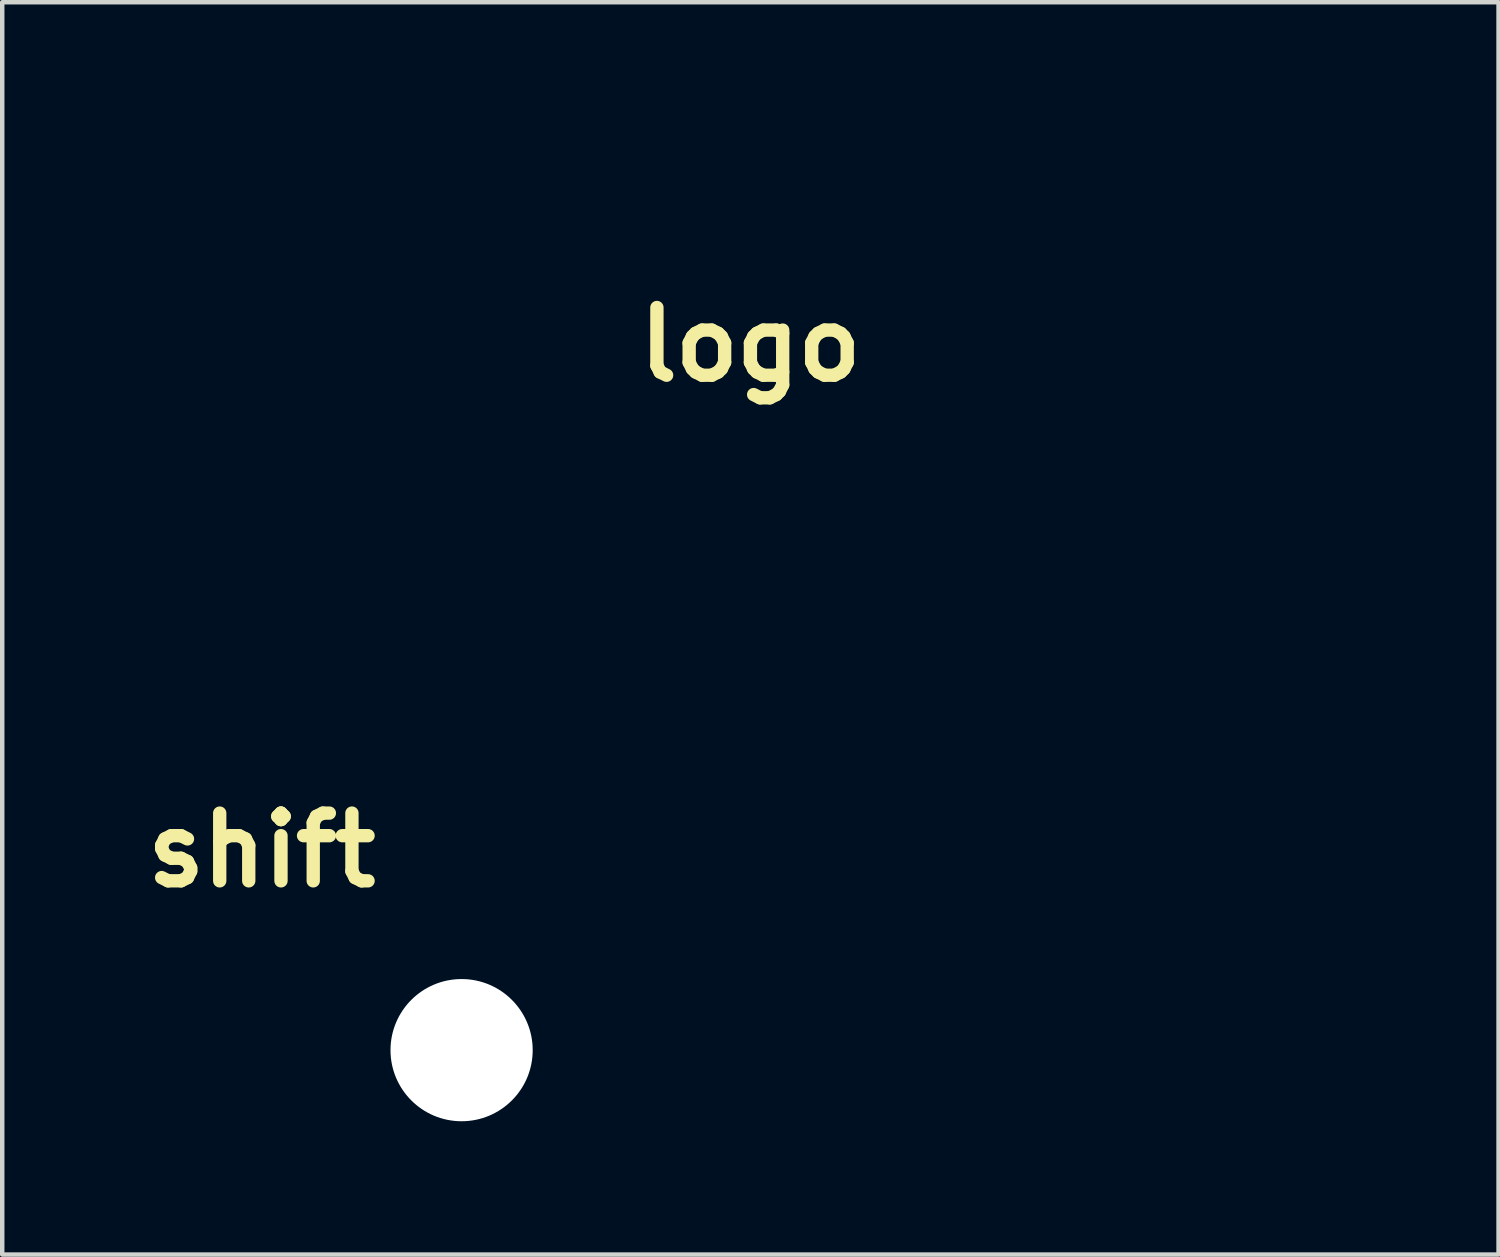
<source format=kicad_pcb>
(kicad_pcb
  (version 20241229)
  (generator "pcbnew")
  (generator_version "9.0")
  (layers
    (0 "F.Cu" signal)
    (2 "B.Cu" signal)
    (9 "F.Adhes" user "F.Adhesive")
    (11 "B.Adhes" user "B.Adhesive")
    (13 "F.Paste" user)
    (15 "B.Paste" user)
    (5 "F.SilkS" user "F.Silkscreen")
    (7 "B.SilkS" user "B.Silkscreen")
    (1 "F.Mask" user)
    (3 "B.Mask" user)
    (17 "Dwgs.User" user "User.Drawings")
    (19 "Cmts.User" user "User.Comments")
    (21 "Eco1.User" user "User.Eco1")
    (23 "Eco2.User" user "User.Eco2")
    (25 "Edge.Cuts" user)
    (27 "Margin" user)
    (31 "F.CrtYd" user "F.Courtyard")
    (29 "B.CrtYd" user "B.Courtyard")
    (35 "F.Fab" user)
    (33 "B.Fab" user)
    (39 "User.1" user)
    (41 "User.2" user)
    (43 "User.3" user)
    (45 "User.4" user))
  (footprint "shift"
    (layer "F.Cu")
    (at 7.338 20.583)
    (property "Reference" "shift" (at -4.5 -4.5 0) (layer "F.SilkS") (effects (font (size 1.524 1.524) (thickness 0.3))))
    (attr through_hole)
    (fp_poly (pts (xy -4.444 -7.238) (xy -4.391 -7.216) (xy -4.374 -7.205) (xy -4.366 -7.197) (xy -4.345 -7.178) (xy -4.314 -7.148) (xy -4.273 -7.108) (xy -4.221 -7.058) (xy -4.161 -7) (xy -4.091 -6.932) (xy -4.014 -6.857) (xy -3.929 -6.775) (xy -3.838 -6.685) (xy -3.739 -6.589) (xy -3.635 -6.488) (xy -3.526 -6.381) (xy -3.412 -6.27) (xy -3.294 -6.155) (xy -3.173 -6.036) (xy -3.061 -5.926) (xy -2.911 -5.779) (xy -2.773 -5.644) (xy -2.646 -5.52) (xy -2.529 -5.406) (xy -2.423 -5.302) (xy -2.327 -5.207) (xy -2.24 -5.122) (xy -2.161 -5.044) (xy -2.091 -4.975) (xy -2.029 -4.913) (xy -1.974 -4.858) (xy -1.927 -4.809) (xy -1.885 -4.767) (xy -1.85 -4.729) (xy -1.82 -4.697) (xy -1.796 -4.669) (xy -1.776 -4.645) (xy -1.76 -4.624) (xy -1.748 -4.606) (xy -1.739 -4.591) (xy -1.733 -4.578) (xy -1.729 -4.566) (xy -1.727 -4.555) (xy -1.726 -4.545) (xy -1.726 -4.534) (xy -1.727 -4.523) (xy -1.728 -4.511) (xy -1.728 -4.5) (xy -1.73 -4.457) (xy -1.734 -4.424) (xy -1.743 -4.396) (xy -1.746 -4.388) (xy -1.781 -4.333) (xy -1.827 -4.286) (xy -1.883 -4.251) (xy -1.887 -4.249) (xy -1.94 -4.225) (xy -2.547 -4.222) (xy -3.154 -4.22) (xy -3.156 -3.084) (xy -3.158 -1.948) (xy -3.179 -1.906) (xy -3.213 -1.854) (xy -3.259 -1.808) (xy -3.311 -1.774) (xy -3.353 -1.753) (xy -4.487 -1.752) (xy -4.65 -1.751) (xy -4.797 -1.751) (xy -4.929 -1.751) (xy -5.046 -1.751) (xy -5.15 -1.751) (xy -5.241 -1.751) (xy -5.32 -1.752) (xy -5.389 -1.752) (xy -5.447 -1.752) (xy -5.496 -1.753) (xy -5.537 -1.754) (xy -5.57 -1.755) (xy -5.597 -1.756) (xy -5.618 -1.757) (xy -5.634 -1.758) (xy -5.646 -1.76) (xy -5.654 -1.762) (xy -5.66 -1.763) (xy -5.716 -1.791) (xy -5.765 -1.829) (xy -5.795 -1.864) (xy -5.802 -1.874) (xy -5.809 -1.883) (xy -5.814 -1.891) (xy -5.82 -1.9) (xy -5.824 -1.911) (xy -5.828 -1.924) (xy -5.832 -1.941) (xy -5.835 -1.961) (xy -5.837 -1.987) (xy -5.839 -2.018) (xy -5.841 -2.056) (xy -5.842 -2.102) (xy -5.844 -2.156) (xy -5.844 -2.22) (xy -5.845 -2.294) (xy -5.845 -2.379) (xy -5.846 -2.476) (xy -5.846 -2.586) (xy -5.846 -2.71) (xy -5.846 -2.849) (xy -5.846 -3.003) (xy -5.846 -3.096) (xy -5.846 -4.22) (xy -6.453 -4.222) (xy -7.06 -4.225) (xy -7.108 -4.247) (xy -7.169 -4.284) (xy -7.218 -4.332) (xy -7.248 -4.38) (xy -7.261 -4.408) (xy -7.268 -4.433) (xy -7.271 -4.462) (xy -7.272 -4.5) (xy -7.271 -4.539) (xy -7.268 -4.568) (xy -7.26 -4.593) (xy -7.249 -4.618) (xy -7.245 -4.625) (xy -7.238 -4.635) (xy -7.227 -4.648) (xy -7.212 -4.665) (xy -7.193 -4.686) (xy -7.17 -4.711) (xy -7.14 -4.742) (xy -7.106 -4.778) (xy -7.1 -4.784) (xy -6.328 -4.784) (xy -5.511 -4.775) (xy -5.454 -4.747) (xy -5.397 -4.711) (xy -5.352 -4.664) (xy -5.319 -4.611) (xy -5.3 -4.572) (xy -5.298 -3.436) (xy -5.295 -2.299) (xy -3.705 -2.299) (xy -3.702 -3.436) (xy -3.7 -4.572) (xy -3.681 -4.611) (xy -3.644 -4.67) (xy -3.597 -4.716) (xy -3.546 -4.747) (xy -3.489 -4.775) (xy -2.682 -4.784) (xy -3.486 -5.571) (xy -3.586 -5.669) (xy -3.684 -5.765) (xy -3.78 -5.858) (xy -3.872 -5.949) (xy -3.96 -6.034) (xy -4.042 -6.115) (xy -4.119 -6.19) (xy -4.189 -6.258) (xy -4.251 -6.319) (xy -4.304 -6.371) (xy -4.348 -6.414) (xy -4.382 -6.447) (xy -4.405 -6.469) (xy -4.408 -6.471) (xy -4.527 -6.585) (xy -6.328 -4.784) (xy -7.1 -4.784) (xy -7.065 -4.82) (xy -7.017 -4.869) (xy -6.962 -4.925) (xy -6.9 -4.988) (xy -6.829 -5.059) (xy -6.751 -5.138) (xy -6.663 -5.226) (xy -6.566 -5.324) (xy -6.459 -5.431) (xy -6.342 -5.548) (xy -6.214 -5.676) (xy -6.075 -5.815) (xy -5.95 -5.94) (xy -5.804 -6.086) (xy -5.67 -6.22) (xy -5.547 -6.343) (xy -5.434 -6.455) (xy -5.331 -6.558) (xy -5.238 -6.651) (xy -5.154 -6.735) (xy -5.078 -6.81) (xy -5.01 -6.877) (xy -4.95 -6.936) (xy -4.897 -6.988) (xy -4.851 -7.034) (xy -4.81 -7.073) (xy -4.775 -7.107) (xy -4.746 -7.135) (xy -4.721 -7.159) (xy -4.699 -7.178) (xy -4.682 -7.193) (xy -4.668 -7.205) (xy -4.656 -7.215) (xy -4.647 -7.221) (xy -4.639 -7.226) (xy -4.632 -7.23) (xy -4.626 -7.232) (xy -4.625 -7.233) (xy -4.565 -7.247) (xy -4.503 -7.249) (xy -4.444 -7.238)) (stroke (width 0.01) (type solid)) (fill yes) (layer "F.Mask"))
    (fp_poly (pts (xy -4.444 -7.238) (xy -4.391 -7.216) (xy -4.374 -7.205) (xy -4.366 -7.197) (xy -4.345 -7.178) (xy -4.314 -7.148) (xy -4.273 -7.108) (xy -4.221 -7.058) (xy -4.161 -7) (xy -4.091 -6.932) (xy -4.014 -6.857) (xy -3.929 -6.775) (xy -3.838 -6.685) (xy -3.739 -6.589) (xy -3.635 -6.488) (xy -3.526 -6.381) (xy -3.412 -6.27) (xy -3.294 -6.155) (xy -3.173 -6.036) (xy -3.061 -5.926) (xy -2.911 -5.779) (xy -2.773 -5.644) (xy -2.646 -5.52) (xy -2.529 -5.406) (xy -2.423 -5.302) (xy -2.327 -5.207) (xy -2.24 -5.122) (xy -2.161 -5.044) (xy -2.091 -4.975) (xy -2.029 -4.913) (xy -1.974 -4.858) (xy -1.927 -4.809) (xy -1.885 -4.767) (xy -1.85 -4.729) (xy -1.82 -4.697) (xy -1.796 -4.669) (xy -1.776 -4.645) (xy -1.76 -4.624) (xy -1.748 -4.606) (xy -1.739 -4.591) (xy -1.733 -4.578) (xy -1.729 -4.566) (xy -1.727 -4.555) (xy -1.726 -4.545) (xy -1.726 -4.534) (xy -1.727 -4.523) (xy -1.728 -4.511) (xy -1.728 -4.5) (xy -1.73 -4.457) (xy -1.734 -4.424) (xy -1.743 -4.396) (xy -1.746 -4.388) (xy -1.781 -4.333) (xy -1.827 -4.286) (xy -1.883 -4.251) (xy -1.887 -4.249) (xy -1.94 -4.225) (xy -2.547 -4.222) (xy -3.154 -4.22) (xy -3.156 -3.084) (xy -3.158 -1.948) (xy -3.179 -1.906) (xy -3.213 -1.854) (xy -3.259 -1.808) (xy -3.311 -1.774) (xy -3.353 -1.753) (xy -4.487 -1.752) (xy -4.65 -1.751) (xy -4.797 -1.751) (xy -4.929 -1.751) (xy -5.046 -1.751) (xy -5.15 -1.751) (xy -5.241 -1.751) (xy -5.32 -1.752) (xy -5.389 -1.752) (xy -5.447 -1.752) (xy -5.496 -1.753) (xy -5.537 -1.754) (xy -5.57 -1.755) (xy -5.597 -1.756) (xy -5.618 -1.757) (xy -5.634 -1.758) (xy -5.646 -1.76) (xy -5.654 -1.762) (xy -5.66 -1.763) (xy -5.716 -1.791) (xy -5.765 -1.829) (xy -5.795 -1.864) (xy -5.802 -1.874) (xy -5.809 -1.883) (xy -5.814 -1.891) (xy -5.82 -1.9) (xy -5.824 -1.911) (xy -5.828 -1.924) (xy -5.832 -1.941) (xy -5.835 -1.961) (xy -5.837 -1.987) (xy -5.839 -2.018) (xy -5.841 -2.056) (xy -5.842 -2.102) (xy -5.844 -2.156) (xy -5.844 -2.22) (xy -5.845 -2.294) (xy -5.845 -2.379) (xy -5.846 -2.476) (xy -5.846 -2.586) (xy -5.846 -2.71) (xy -5.846 -2.849) (xy -5.846 -3.003) (xy -5.846 -3.096) (xy -5.846 -4.22) (xy -6.453 -4.222) (xy -7.06 -4.225) (xy -7.108 -4.247) (xy -7.169 -4.284) (xy -7.218 -4.332) (xy -7.248 -4.38) (xy -7.261 -4.408) (xy -7.268 -4.433) (xy -7.271 -4.462) (xy -7.272 -4.5) (xy -7.271 -4.539) (xy -7.268 -4.568) (xy -7.26 -4.593) (xy -7.249 -4.618) (xy -7.245 -4.625) (xy -7.238 -4.635) (xy -7.227 -4.648) (xy -7.212 -4.665) (xy -7.193 -4.686) (xy -7.17 -4.711) (xy -7.14 -4.742) (xy -7.106 -4.778) (xy -7.1 -4.784) (xy -6.328 -4.784) (xy -5.511 -4.775) (xy -5.454 -4.747) (xy -5.397 -4.711) (xy -5.352 -4.664) (xy -5.319 -4.611) (xy -5.3 -4.572) (xy -5.298 -3.436) (xy -5.295 -2.299) (xy -3.705 -2.299) (xy -3.702 -3.436) (xy -3.7 -4.572) (xy -3.681 -4.611) (xy -3.644 -4.67) (xy -3.597 -4.716) (xy -3.546 -4.747) (xy -3.489 -4.775) (xy -2.682 -4.784) (xy -3.486 -5.571) (xy -3.586 -5.669) (xy -3.684 -5.765) (xy -3.78 -5.858) (xy -3.872 -5.949) (xy -3.96 -6.034) (xy -4.042 -6.115) (xy -4.119 -6.19) (xy -4.189 -6.258) (xy -4.251 -6.319) (xy -4.304 -6.371) (xy -4.348 -6.414) (xy -4.382 -6.447) (xy -4.405 -6.469) (xy -4.408 -6.471) (xy -4.527 -6.585) (xy -6.328 -4.784) (xy -7.1 -4.784) (xy -7.065 -4.82) (xy -7.017 -4.869) (xy -6.962 -4.925) (xy -6.9 -4.988) (xy -6.829 -5.059) (xy -6.751 -5.138) (xy -6.663 -5.226) (xy -6.566 -5.324) (xy -6.459 -5.431) (xy -6.342 -5.548) (xy -6.214 -5.676) (xy -6.075 -5.815) (xy -5.95 -5.94) (xy -5.804 -6.086) (xy -5.67 -6.22) (xy -5.547 -6.343) (xy -5.434 -6.455) (xy -5.331 -6.558) (xy -5.238 -6.651) (xy -5.154 -6.735) (xy -5.078 -6.81) (xy -5.01 -6.877) (xy -4.95 -6.936) (xy -4.897 -6.988) (xy -4.851 -7.034) (xy -4.81 -7.073) (xy -4.775 -7.107) (xy -4.746 -7.135) (xy -4.721 -7.159) (xy -4.699 -7.178) (xy -4.682 -7.193) (xy -4.668 -7.205) (xy -4.656 -7.215) (xy -4.647 -7.221) (xy -4.639 -7.226) (xy -4.632 -7.23) (xy -4.626 -7.232) (xy -4.625 -7.233) (xy -4.565 -7.247) (xy -4.503 -7.249) (xy -4.444 -7.238)) (stroke (width 0.01) (type solid)) (fill yes) (layer "B.Mask"))
    (pad "" np_thru_hole circle (at 0 0) (size 3.2 3.2) (drill 3.2) (layers "*.Cu" "*.Mask")))
  (footprint "logo"
    (layer "F.Cu")
    (at 13.838 4.705)
    (property "Reference" "logo" (at 0 0 0) (layer "F.SilkS") (effects (font (size 1.524 1.524) (thickness 0.3))))
    (attr through_hole)
    (fp_poly (pts (xy 12.916 -4.592) (xy 13.249 -4.404) (xy 13.527 -4.128) (xy 13.729 -3.769) (xy 13.787 -3.594) (xy 13.831 -3.302) (xy 13.831 -2.956) (xy 13.792 -2.607) (xy 13.717 -2.307) (xy 13.668 -2.191) (xy 13.426 -1.849) (xy 13.111 -1.596) (xy 12.745 -1.44) (xy 12.351 -1.389) (xy 11.951 -1.451) (xy 11.776 -1.517) (xy 11.58 -1.637) (xy 11.376 -1.81) (xy 11.29 -1.9) (xy 11.084 -2.227) (xy 10.96 -2.612) (xy 10.917 -3.027) (xy 10.953 -3.441) (xy 11.066 -3.828) (xy 11.255 -4.159) (xy 11.418 -4.33) (xy 11.778 -4.56) (xy 12.161 -4.675) (xy 12.547 -4.684) (xy 12.916 -4.592)) (stroke (width 0.01) (type solid)) (fill yes) (layer "F.Mask"))
    (fp_poly (pts (xy -11.992 -4.654) (xy -11.643 -4.509) (xy -11.408 -4.331) (xy -11.201 -4.1) (xy -11.064 -3.855) (xy -10.986 -3.562) (xy -10.956 -3.189) (xy -10.954 -3.048) (xy -10.972 -2.643) (xy -11.034 -2.328) (xy -11.151 -2.071) (xy -11.334 -1.839) (xy -11.408 -1.765) (xy -11.702 -1.564) (xy -12.058 -1.438) (xy -12.435 -1.393) (xy -12.792 -1.439) (xy -12.922 -1.485) (xy -13.24 -1.68) (xy -13.514 -1.952) (xy -13.661 -2.175) (xy -13.751 -2.433) (xy -13.81 -2.763) (xy -13.833 -3.116) (xy -13.817 -3.44) (xy -13.787 -3.594) (xy -13.628 -3.968) (xy -13.385 -4.272) (xy -13.079 -4.499) (xy -12.731 -4.642) (xy -12.362 -4.696) (xy -11.992 -4.654)) (stroke (width 0.01) (type solid)) (fill yes) (layer "F.Mask"))
    (fp_poly (pts (xy 7.298 -4.532) (xy 7.378 -4.393) (xy 7.419 -4.21) (xy 7.429 -3.963) (xy 7.409 -3.625) (xy 7.343 -3.389) (xy 7.224 -3.237) (xy 7.134 -3.182) (xy 7.009 -3.154) (xy 6.789 -3.131) (xy 6.504 -3.116) (xy 6.22 -3.111) (xy 5.461 -3.111) (xy 5.461 -1.917) (xy 5.46 -1.448) (xy 5.452 -1.091) (xy 5.428 -0.831) (xy 5.381 -0.652) (xy 5.302 -0.539) (xy 5.183 -0.477) (xy 5.017 -0.451) (xy 4.794 -0.445) (xy 4.676 -0.445) (xy 4.409 -0.448) (xy 4.235 -0.465) (xy 4.123 -0.501) (xy 4.038 -0.564) (xy 4.012 -0.591) (xy 3.963 -0.649) (xy 3.927 -0.717) (xy 3.903 -0.814) (xy 3.887 -0.96) (xy 3.878 -1.173) (xy 3.874 -1.473) (xy 3.874 -1.879) (xy 3.873 -1.92) (xy 3.873 -3.102) (xy 3.01 -3.122) (xy 2.662 -3.132) (xy 2.419 -3.144) (xy 2.256 -3.162) (xy 2.152 -3.19) (xy 2.083 -3.232) (xy 2.027 -3.292) (xy 2.026 -3.293) (xy 1.944 -3.472) (xy 1.902 -3.727) (xy 1.898 -4.011) (xy 1.934 -4.281) (xy 2.009 -4.49) (xy 2.037 -4.532) (xy 2.168 -4.699) (xy 4.667 -4.699) (xy 7.166 -4.699) (xy 7.298 -4.532)) (stroke (width 0.01) (type solid)) (fill yes) (layer "F.Mask"))
    (fp_poly (pts (xy -4.733 -4.699) (xy -4.572 -4.699) (xy -3.911 -4.7) (xy -3.365 -4.7) (xy -2.924 -4.696) (xy -2.577 -4.685) (xy -2.312 -4.664) (xy -2.119 -4.629) (xy -1.987 -4.578) (xy -1.904 -4.507) (xy -1.858 -4.413) (xy -1.84 -4.293) (xy -1.838 -4.143) (xy -1.841 -3.961) (xy -1.841 -3.915) (xy -1.846 -3.637) (xy -1.872 -3.435) (xy -1.936 -3.297) (xy -2.056 -3.21) (xy -2.251 -3.16) (xy -2.537 -3.135) (xy -2.924 -3.122) (xy -3.739 -3.102) (xy -3.759 -1.907) (xy -3.767 -1.44) (xy -3.78 -1.085) (xy -3.807 -0.826) (xy -3.856 -0.648) (xy -3.934 -0.537) (xy -4.05 -0.476) (xy -4.212 -0.45) (xy -4.43 -0.445) (xy -4.55 -0.445) (xy -4.825 -0.449) (xy -5.005 -0.468) (xy -5.121 -0.506) (xy -5.206 -0.57) (xy -5.207 -0.572) (xy -5.251 -0.624) (xy -5.284 -0.692) (xy -5.307 -0.795) (xy -5.321 -0.95) (xy -5.33 -1.178) (xy -5.333 -1.496) (xy -5.334 -1.9) (xy -5.334 -3.102) (xy -6.185 -3.122) (xy -6.586 -3.135) (xy -6.877 -3.159) (xy -7.076 -3.206) (xy -7.201 -3.288) (xy -7.269 -3.419) (xy -7.297 -3.611) (xy -7.302 -3.875) (xy -7.303 -3.915) (xy -7.305 -4.105) (xy -7.305 -4.262) (xy -7.292 -4.388) (xy -7.254 -4.488) (xy -7.18 -4.564) (xy -7.059 -4.619) (xy -6.881 -4.657) (xy -6.634 -4.681) (xy -6.306 -4.694) (xy -5.888 -4.699) (xy -5.367 -4.7) (xy -4.733 -4.699)) (stroke (width 0.01) (type solid)) (fill yes) (layer "F.Mask"))
    (fp_poly (pts (xy 0.338 -0.549) (xy 0.498 -0.461) (xy 0.615 -0.334) (xy 0.704 -0.144) (xy 0.782 0.139) (xy 0.807 0.254) (xy 0.979 0.814) (xy 1.242 1.286) (xy 1.598 1.671) (xy 2.025 1.958) (xy 2.193 2.045) (xy 2.347 2.116) (xy 2.501 2.173) (xy 2.671 2.218) (xy 2.872 2.253) (xy 3.119 2.28) (xy 3.426 2.301) (xy 3.809 2.317) (xy 4.283 2.33) (xy 4.863 2.343) (xy 5.144 2.348) (xy 5.747 2.361) (xy 6.239 2.372) (xy 6.633 2.384) (xy 6.944 2.397) (xy 7.187 2.413) (xy 7.377 2.431) (xy 7.529 2.454) (xy 7.657 2.482) (xy 7.776 2.516) (xy 7.811 2.528) (xy 8.374 2.765) (xy 8.836 3.074) (xy 9.195 3.449) (xy 9.446 3.888) (xy 9.587 4.386) (xy 9.619 4.784) (xy 9.615 5.019) (xy 9.594 5.168) (xy 9.541 5.274) (xy 9.442 5.376) (xy 9.413 5.403) (xy 9.223 5.536) (xy 9.018 5.585) (xy 8.933 5.588) (xy 8.652 5.533) (xy 8.438 5.377) (xy 8.302 5.132) (xy 8.255 4.816) (xy 8.195 4.5) (xy 8.02 4.226) (xy 7.739 4.004) (xy 7.416 3.86) (xy 7.297 3.84) (xy 7.063 3.821) (xy 6.728 3.801) (xy 6.303 3.783) (xy 5.802 3.766) (xy 5.236 3.751) (xy 4.985 3.746) (xy 4.375 3.733) (xy 3.877 3.72) (xy 3.476 3.707) (xy 3.157 3.692) (xy 2.905 3.674) (xy 2.704 3.654) (xy 2.541 3.628) (xy 2.399 3.598) (xy 2.316 3.576) (xy 1.686 3.355) (xy 1.138 3.061) (xy 0.638 2.675) (xy 0.509 2.554) (xy 0.032 2.092) (xy -0.114 2.259) (xy -0.613 2.737) (xy -1.2 3.126) (xy -1.864 3.423) (xy -2.598 3.624) (xy -2.941 3.68) (xy -3.142 3.698) (xy -3.446 3.715) (xy -3.83 3.728) (xy -4.271 3.738) (xy -4.745 3.745) (xy -5.145 3.747) (xy -5.664 3.749) (xy -6.137 3.757) (xy -6.548 3.769) (xy -6.877 3.785) (xy -7.108 3.804) (xy -7.188 3.816) (xy -7.604 3.946) (xy -7.924 4.14) (xy -8.14 4.39) (xy -8.245 4.691) (xy -8.255 4.826) (xy -8.308 5.131) (xy -8.452 5.377) (xy -8.667 5.546) (xy -8.933 5.619) (xy -9.119 5.607) (xy -9.304 5.516) (xy -9.473 5.339) (xy -9.595 5.116) (xy -9.633 4.969) (xy -9.63 4.535) (xy -9.521 4.09) (xy -9.318 3.661) (xy -9.035 3.273) (xy -8.689 2.951) (xy -8.403 2.773) (xy -8.213 2.679) (xy -8.039 2.602) (xy -7.866 2.539) (xy -7.679 2.49) (xy -7.463 2.452) (xy -7.202 2.422) (xy -6.881 2.4) (xy -6.485 2.382) (xy -5.999 2.368) (xy -5.407 2.355) (xy -5.144 2.349) (xy -4.506 2.336) (xy -3.98 2.322) (xy -3.55 2.306) (xy -3.202 2.286) (xy -2.919 2.26) (xy -2.688 2.225) (xy -2.492 2.181) (xy -2.317 2.124) (xy -2.146 2.054) (xy -1.966 1.967) (xy -1.897 1.933) (xy -1.482 1.654) (xy -1.131 1.276) (xy -0.855 0.818) (xy -0.668 0.299) (xy -0.633 0.143) (xy -0.523 -0.204) (xy -0.356 -0.449) (xy -0.138 -0.586) (xy 0.123 -0.608) (xy 0.338 -0.549)) (stroke (width 0.01) (type solid)) (fill yes) (layer "F.Mask")))
  (gr_rect
    (start -3 -3)
    (end 30.674 25.183)
    (stroke (width 0.1) (type default))
    (fill no)
    (layer "Edge.Cuts")))
</source>
